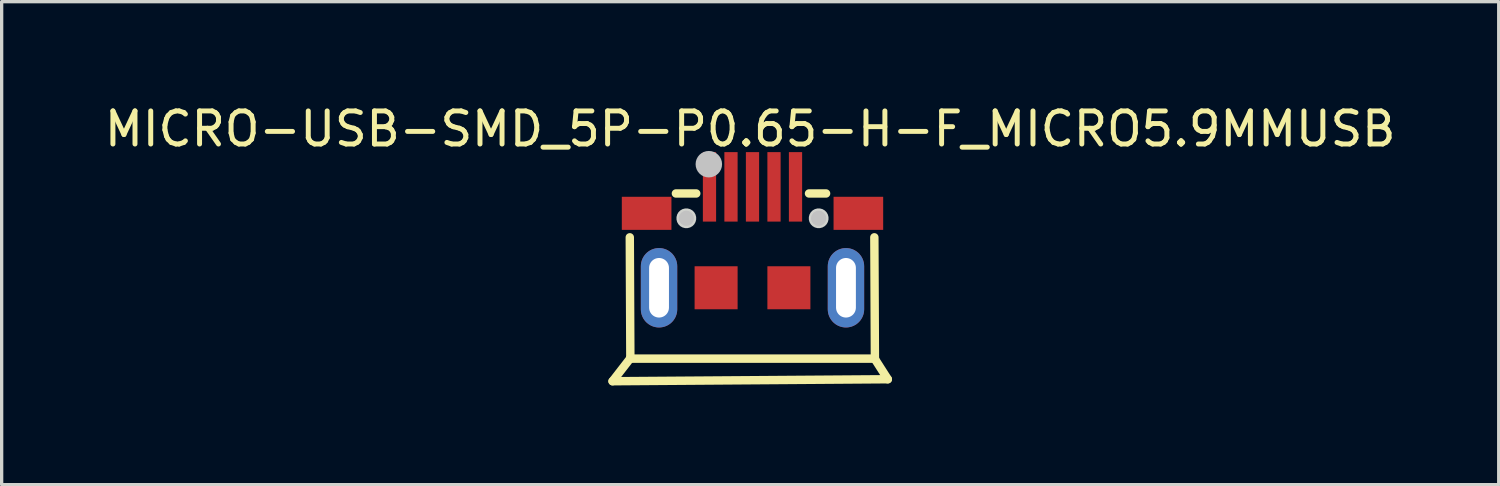
<source format=kicad_pcb>
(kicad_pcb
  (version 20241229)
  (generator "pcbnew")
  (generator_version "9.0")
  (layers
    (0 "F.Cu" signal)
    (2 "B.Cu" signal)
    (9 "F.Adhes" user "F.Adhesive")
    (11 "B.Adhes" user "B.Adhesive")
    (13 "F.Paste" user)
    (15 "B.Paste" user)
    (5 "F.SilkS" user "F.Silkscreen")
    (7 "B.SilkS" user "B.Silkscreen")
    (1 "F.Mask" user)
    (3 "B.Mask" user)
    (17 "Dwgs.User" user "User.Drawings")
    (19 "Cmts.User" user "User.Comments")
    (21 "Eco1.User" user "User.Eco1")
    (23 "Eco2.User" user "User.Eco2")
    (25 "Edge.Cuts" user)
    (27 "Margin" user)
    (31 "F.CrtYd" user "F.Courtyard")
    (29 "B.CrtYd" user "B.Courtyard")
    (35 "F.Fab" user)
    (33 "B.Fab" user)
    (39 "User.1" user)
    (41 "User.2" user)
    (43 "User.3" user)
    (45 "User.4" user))
  (footprint "MICRO-USB-SMD_5P-P0.65-H-F_MICRO5.9MMUSB"
    (layer "F.Cu")
    (at 19.695 4.123)
    (property "Reference" "MICRO-USB-SMD_5P-P0.65-H-F_MICRO5.9MMUSB" (at -0.07 -3.275 0) (layer "F.SilkS") (effects (font (size 1 1) (thickness 0.15))))
    (fp_line (start -4.23 4.35) (end -3.7 3.666) (stroke (width 0.254) (type default)) (layer "F.SilkS"))
    (fp_line (start -3.7 3.667) (end 3.692 3.667) (stroke (width 0.254) (type default)) (layer "F.SilkS"))
    (fp_line (start -3.692 3.659) (end -3.709 0) (stroke (width 0.254) (type default)) (layer "F.SilkS"))
    (fp_line (start -2.315 -1.325) (end -1.7 -1.325) (stroke (width 0.254) (type default)) (layer "F.SilkS"))
    (fp_line (start 1.708 -1.325) (end 2.224 -1.325) (stroke (width 0.254) (type default)) (layer "F.SilkS"))
    (fp_line (start 3.691 3.666) (end 4.09 4.29) (stroke (width 0.254) (type default)) (layer "F.SilkS"))
    (fp_line (start 3.692 3.667) (end 3.7 3.659) (stroke (width 0.254) (type default)) (layer "F.SilkS"))
    (fp_line (start 3.7 3.659) (end 3.683 0) (stroke (width 0.254) (type default)) (layer "F.SilkS"))
    (fp_line (start 4.09 4.29) (end -4.23 4.35) (stroke (width 0.254) (type default)) (layer "F.SilkS"))
    (fp_poly (pts (xy -3.95 -1.225) (xy -2.45 -1.225) (xy -2.45 -0.225) (xy -3.95 -0.225)) (stroke (width 0) (type default)) (fill yes) (layer "F.Paste"))
    (fp_poly (pts (xy -1.75 0.875) (xy -1.75 2.175) (xy -0.45 2.175) (xy -0.45 0.875)) (stroke (width 0) (type default)) (fill yes) (layer "F.Paste"))
    (fp_poly (pts (xy -1.5 -2.575) (xy -1.099 -2.575) (xy -1.099 -0.475) (xy -1.5 -0.475)) (stroke (width 0) (type default)) (fill yes) (layer "F.Paste"))
    (fp_poly (pts (xy -0.85 -2.575) (xy -0.45 -2.575) (xy -0.45 -0.475) (xy -0.85 -0.475)) (stroke (width 0) (type default)) (fill yes) (layer "F.Paste"))
    (fp_poly (pts (xy -0.2 -2.575) (xy 0.201 -2.575) (xy 0.201 -0.475) (xy -0.2 -0.475)) (stroke (width 0) (type default)) (fill yes) (layer "F.Paste"))
    (fp_poly (pts (xy 0.451 -2.575) (xy 0.851 -2.575) (xy 0.851 -0.475) (xy 0.451 -0.475)) (stroke (width 0) (type default)) (fill yes) (layer "F.Paste"))
    (fp_poly (pts (xy 1.101 -2.575) (xy 1.5 -2.575) (xy 1.5 -0.475) (xy 1.101 -0.475)) (stroke (width 0) (type default)) (fill yes) (layer "F.Paste"))
    (fp_poly (pts (xy 1.75 2.175) (xy 1.75 0.875) (xy 0.45 0.875) (xy 0.45 2.175)) (stroke (width 0) (type default)) (fill yes) (layer "F.Paste"))
    (fp_poly (pts (xy 2.45 -1.225) (xy 3.95 -1.225) (xy 3.95 -0.225) (xy 2.45 -0.225)) (stroke (width 0) (type default)) (fill yes) (layer "F.Paste"))
    (fp_poly (pts (arc (start -3.375 0.875) (mid -2.825 0.325) (end -2.275 0.875)) (arc (start -2.275 2.175) (mid -2.825 2.725) (end -3.375 2.175))) (stroke (width 0) (type default)) (fill yes) (layer "F.Paste"))
    (fp_poly (pts (arc (start 2.275 0.875) (mid 2.825 0.328985) (end 3.375 0.875)) (arc (start 3.375 2.175) (mid 2.825 2.721511) (end 2.275 2.175))) (stroke (width 0) (type default)) (fill yes) (layer "F.Paste"))
    (fp_circle (center -2 -0.575) (end -1.885 -0.575) (stroke (width 0.23) (type default)) (fill no) (layer "Dwgs.User"))
    (fp_circle (center -1.32 -2.21) (end -1.12 -2.21) (stroke (width 0.4) (type default)) (fill no) (layer "Dwgs.User"))
    (fp_circle (center 2 -0.575) (end 2.115 -0.575) (stroke (width 0.23) (type default)) (fill no) (layer "Dwgs.User"))
    (fp_poly (pts (xy -1.703 -0.614) (xy -1.723 -0.69) (xy -1.762 -0.758) (xy -1.817 -0.813) (xy -1.885 -0.852) (xy -1.961 -0.872) (xy -2.039 -0.872) (xy -2.115 -0.852) (xy -2.183 -0.813) (xy -2.238 -0.758) (xy -2.277 -0.69) (xy -2.297 -0.614) (xy -2.297 -0.536) (xy -2.277 -0.46) (xy -2.238 -0.392) (xy -2.183 -0.337) (xy -2.115 -0.298) (xy -2.039 -0.278) (xy -1.961 -0.278) (xy -1.885 -0.298) (xy -1.817 -0.337) (xy -1.762 -0.392) (xy -1.723 -0.46) (xy -1.703 -0.536)) (stroke (width 0) (type default)) (fill yes) (layer "Edge.Cuts"))
    (fp_poly (pts (xy 2.297 -0.614) (xy 2.277 -0.69) (xy 2.238 -0.758) (xy 2.183 -0.813) (xy 2.115 -0.852) (xy 2.039 -0.872) (xy 1.961 -0.872) (xy 1.885 -0.852) (xy 1.817 -0.813) (xy 1.762 -0.758) (xy 1.723 -0.69) (xy 1.703 -0.614) (xy 1.703 -0.536) (xy 1.723 -0.46) (xy 1.762 -0.392) (xy 1.817 -0.337) (xy 1.885 -0.298) (xy 1.961 -0.278) (xy 2.039 -0.278) (xy 2.115 -0.298) (xy 2.183 -0.337) (xy 2.238 -0.392) (xy 2.277 -0.46) (xy 2.297 -0.536)) (stroke (width 0) (type default)) (fill yes) (layer "Edge.Cuts"))
    (fp_poly (pts (xy -3.75 -1.075) (xy -2.55 -1.075) (xy -2.55 -0.375) (xy -3.75 -0.375)) (stroke (width 0.1) (type default)) (fill no) (layer "User.1"))
    (fp_poly (pts (xy -2.975 1.075) (xy -2.675 1.075) (xy -2.675 1.975) (xy -2.975 1.975)) (stroke (width 0.1) (type default)) (fill no) (layer "User.1"))
    (fp_poly (pts (xy -1.75 0.875) (xy -0.45 0.875) (xy -0.45 2.175) (xy -1.75 2.175)) (stroke (width 0.1) (type default)) (fill no) (layer "User.1"))
    (fp_poly (pts (xy -1.44 -2.075) (xy -1.16 -2.075) (xy -1.16 -0.575) (xy -1.44 -0.575)) (stroke (width 0.1) (type default)) (fill no) (layer "User.1"))
    (fp_poly (pts (xy -0.79 -2.075) (xy -0.51 -2.075) (xy -0.51 -0.575) (xy -0.79 -0.575)) (stroke (width 0.1) (type default)) (fill no) (layer "User.1"))
    (fp_poly (pts (xy -0.14 -2.075) (xy 0.14 -2.075) (xy 0.14 -0.575) (xy -0.14 -0.575)) (stroke (width 0.1) (type default)) (fill no) (layer "User.1"))
    (fp_poly (pts (xy 0.45 0.875) (xy 1.75 0.875) (xy 1.75 2.175) (xy 0.45 2.175)) (stroke (width 0.1) (type default)) (fill no) (layer "User.1"))
    (fp_poly (pts (xy 0.51 -2.075) (xy 0.79 -2.075) (xy 0.79 -0.575) (xy 0.51 -0.575)) (stroke (width 0.1) (type default)) (fill no) (layer "User.1"))
    (fp_poly (pts (xy 1.16 -2.075) (xy 1.44 -2.075) (xy 1.44 -0.575) (xy 1.16 -0.575)) (stroke (width 0.1) (type default)) (fill no) (layer "User.1"))
    (fp_poly (pts (xy 2.55 -1.075) (xy 3.75 -1.075) (xy 3.75 -0.375) (xy 2.55 -0.375)) (stroke (width 0.1) (type default)) (fill no) (layer "User.1"))
    (fp_poly (pts (xy 2.675 1.075) (xy 2.975 1.075) (xy 2.975 1.975) (xy 2.675 1.975)) (stroke (width 0.1) (type default)) (fill no) (layer "User.1"))
    (fp_line (start -4.03 4.1) (end -4.03 4.26) (stroke (width 0.051) (type default)) (layer "User.2"))
    (fp_line (start -4.03 4.26) (end -3.96 4.33) (stroke (width 0.051) (type default)) (layer "User.2"))
    (fp_line (start -3.96 4.33) (end 3.97 4.33) (stroke (width 0.051) (type default)) (layer "User.2"))
    (fp_line (start -3.87 3.78) (end -3.87 3.94) (stroke (width 0.051) (type default)) (layer "User.2"))
    (fp_line (start -3.87 3.94) (end -4.03 4.1) (stroke (width 0.051) (type default)) (layer "User.2"))
    (fp_line (start -3.752 -1.302) (end -3.752 3.662) (stroke (width 0.051) (type default)) (layer "User.2"))
    (fp_line (start -3.752 3.662) (end -3.87 3.78) (stroke (width 0.051) (type default)) (layer "User.2"))
    (fp_line (start 3.75 -1.31) (end -3.752 -1.302) (stroke (width 0.051) (type default)) (layer "User.2"))
    (fp_line (start 3.76 -1.3) (end 3.75 -1.31) (stroke (width 0.051) (type default)) (layer "User.2"))
    (fp_line (start 3.76 3.66) (end 3.76 -1.3) (stroke (width 0.051) (type default)) (layer "User.2"))
    (fp_line (start 3.8 3.7) (end 3.76 3.66) (stroke (width 0.051) (type default)) (layer "User.2"))
    (fp_line (start 3.8 3.73) (end 3.8 3.7) (stroke (width 0.051) (type default)) (layer "User.2"))
    (fp_line (start 3.86 3.79) (end 3.8 3.73) (stroke (width 0.051) (type default)) (layer "User.2"))
    (fp_line (start 3.86 3.88) (end 3.86 3.79) (stroke (width 0.051) (type default)) (layer "User.2"))
    (fp_line (start 3.91 3.93) (end 3.86 3.88) (stroke (width 0.051) (type default)) (layer "User.2"))
    (fp_line (start 3.91 4.01) (end 3.91 3.93) (stroke (width 0.051) (type default)) (layer "User.2"))
    (fp_line (start 3.96 4.06) (end 3.91 4.01) (stroke (width 0.051) (type default)) (layer "User.2"))
    (fp_line (start 3.96 4.09) (end 3.96 4.06) (stroke (width 0.051) (type default)) (layer "User.2"))
    (fp_line (start 3.97 4.33) (end 4 4.3) (stroke (width 0.051) (type default)) (layer "User.2"))
    (fp_line (start 4 4.13) (end 3.96 4.09) (stroke (width 0.051) (type default)) (layer "User.2"))
    (fp_line (start 4 4.3) (end 4 4.13) (stroke (width 0.051) (type default)) (layer "User.2"))
    (fp_poly (pts (xy -3.975 -2.098) (xy -4.007 -2.13) (xy -4.053 -2.13) (xy -4.085 -2.098) (xy -4.085 -2.052) (xy -4.053 -2.02) (xy -4.007 -2.02) (xy -3.975 -2.052)) (stroke (width 0.1) (type default)) (fill no) (layer "User.3"))
    (pad "1" smd rect (at -1.3 -1.525) (size 0.4 2.1) (layers "F.Cu" "F.Mask" "F.Paste"))
    (pad "2" smd rect (at -0.65 -1.525) (size 0.4 2.1) (layers "F.Cu" "F.Mask" "F.Paste"))
    (pad "3" smd rect (at 0 -1.525) (size 0.4 2.1) (layers "F.Cu" "F.Mask" "F.Paste"))
    (pad "4" smd rect (at 0.65 -1.525) (size 0.4 2.1) (layers "F.Cu" "F.Mask" "F.Paste"))
    (pad "5" smd rect (at 1.3 -1.525) (size 0.4 2.1) (layers "F.Cu" "F.Mask" "F.Paste"))
    (pad "6" smd rect (at -3.2 -0.725) (size 1.5 1) (layers "F.Cu" "F.Mask" "F.Paste"))
    (pad "6" thru_hole oval (at -2.825 1.525) (size 1.1 2.4) (drill oval 0.6 1.8) (layers "*.Cu" "*.Mask"))
    (pad "6" smd rect (at -1.1 1.525) (size 1.3 1.3) (layers "F.Cu" "F.Mask" "F.Paste"))
    (pad "6" smd rect (at 1.1 1.525) (size 1.3 1.3) (layers "F.Cu" "F.Mask" "F.Paste"))
    (pad "6" thru_hole oval (at 2.825 1.525) (size 1.1 2.4) (drill oval 0.6 1.8) (layers "*.Cu" "*.Mask"))
    (pad "6" smd rect (at 3.2 -0.725) (size 1.5 1) (layers "F.Cu" "F.Mask" "F.Paste")))
  (gr_rect
    (start -3 -3)
    (end 42.25 11.6)
    (stroke (width 0.1) (type default))
    (fill no)
    (layer "Edge.Cuts")))
</source>
